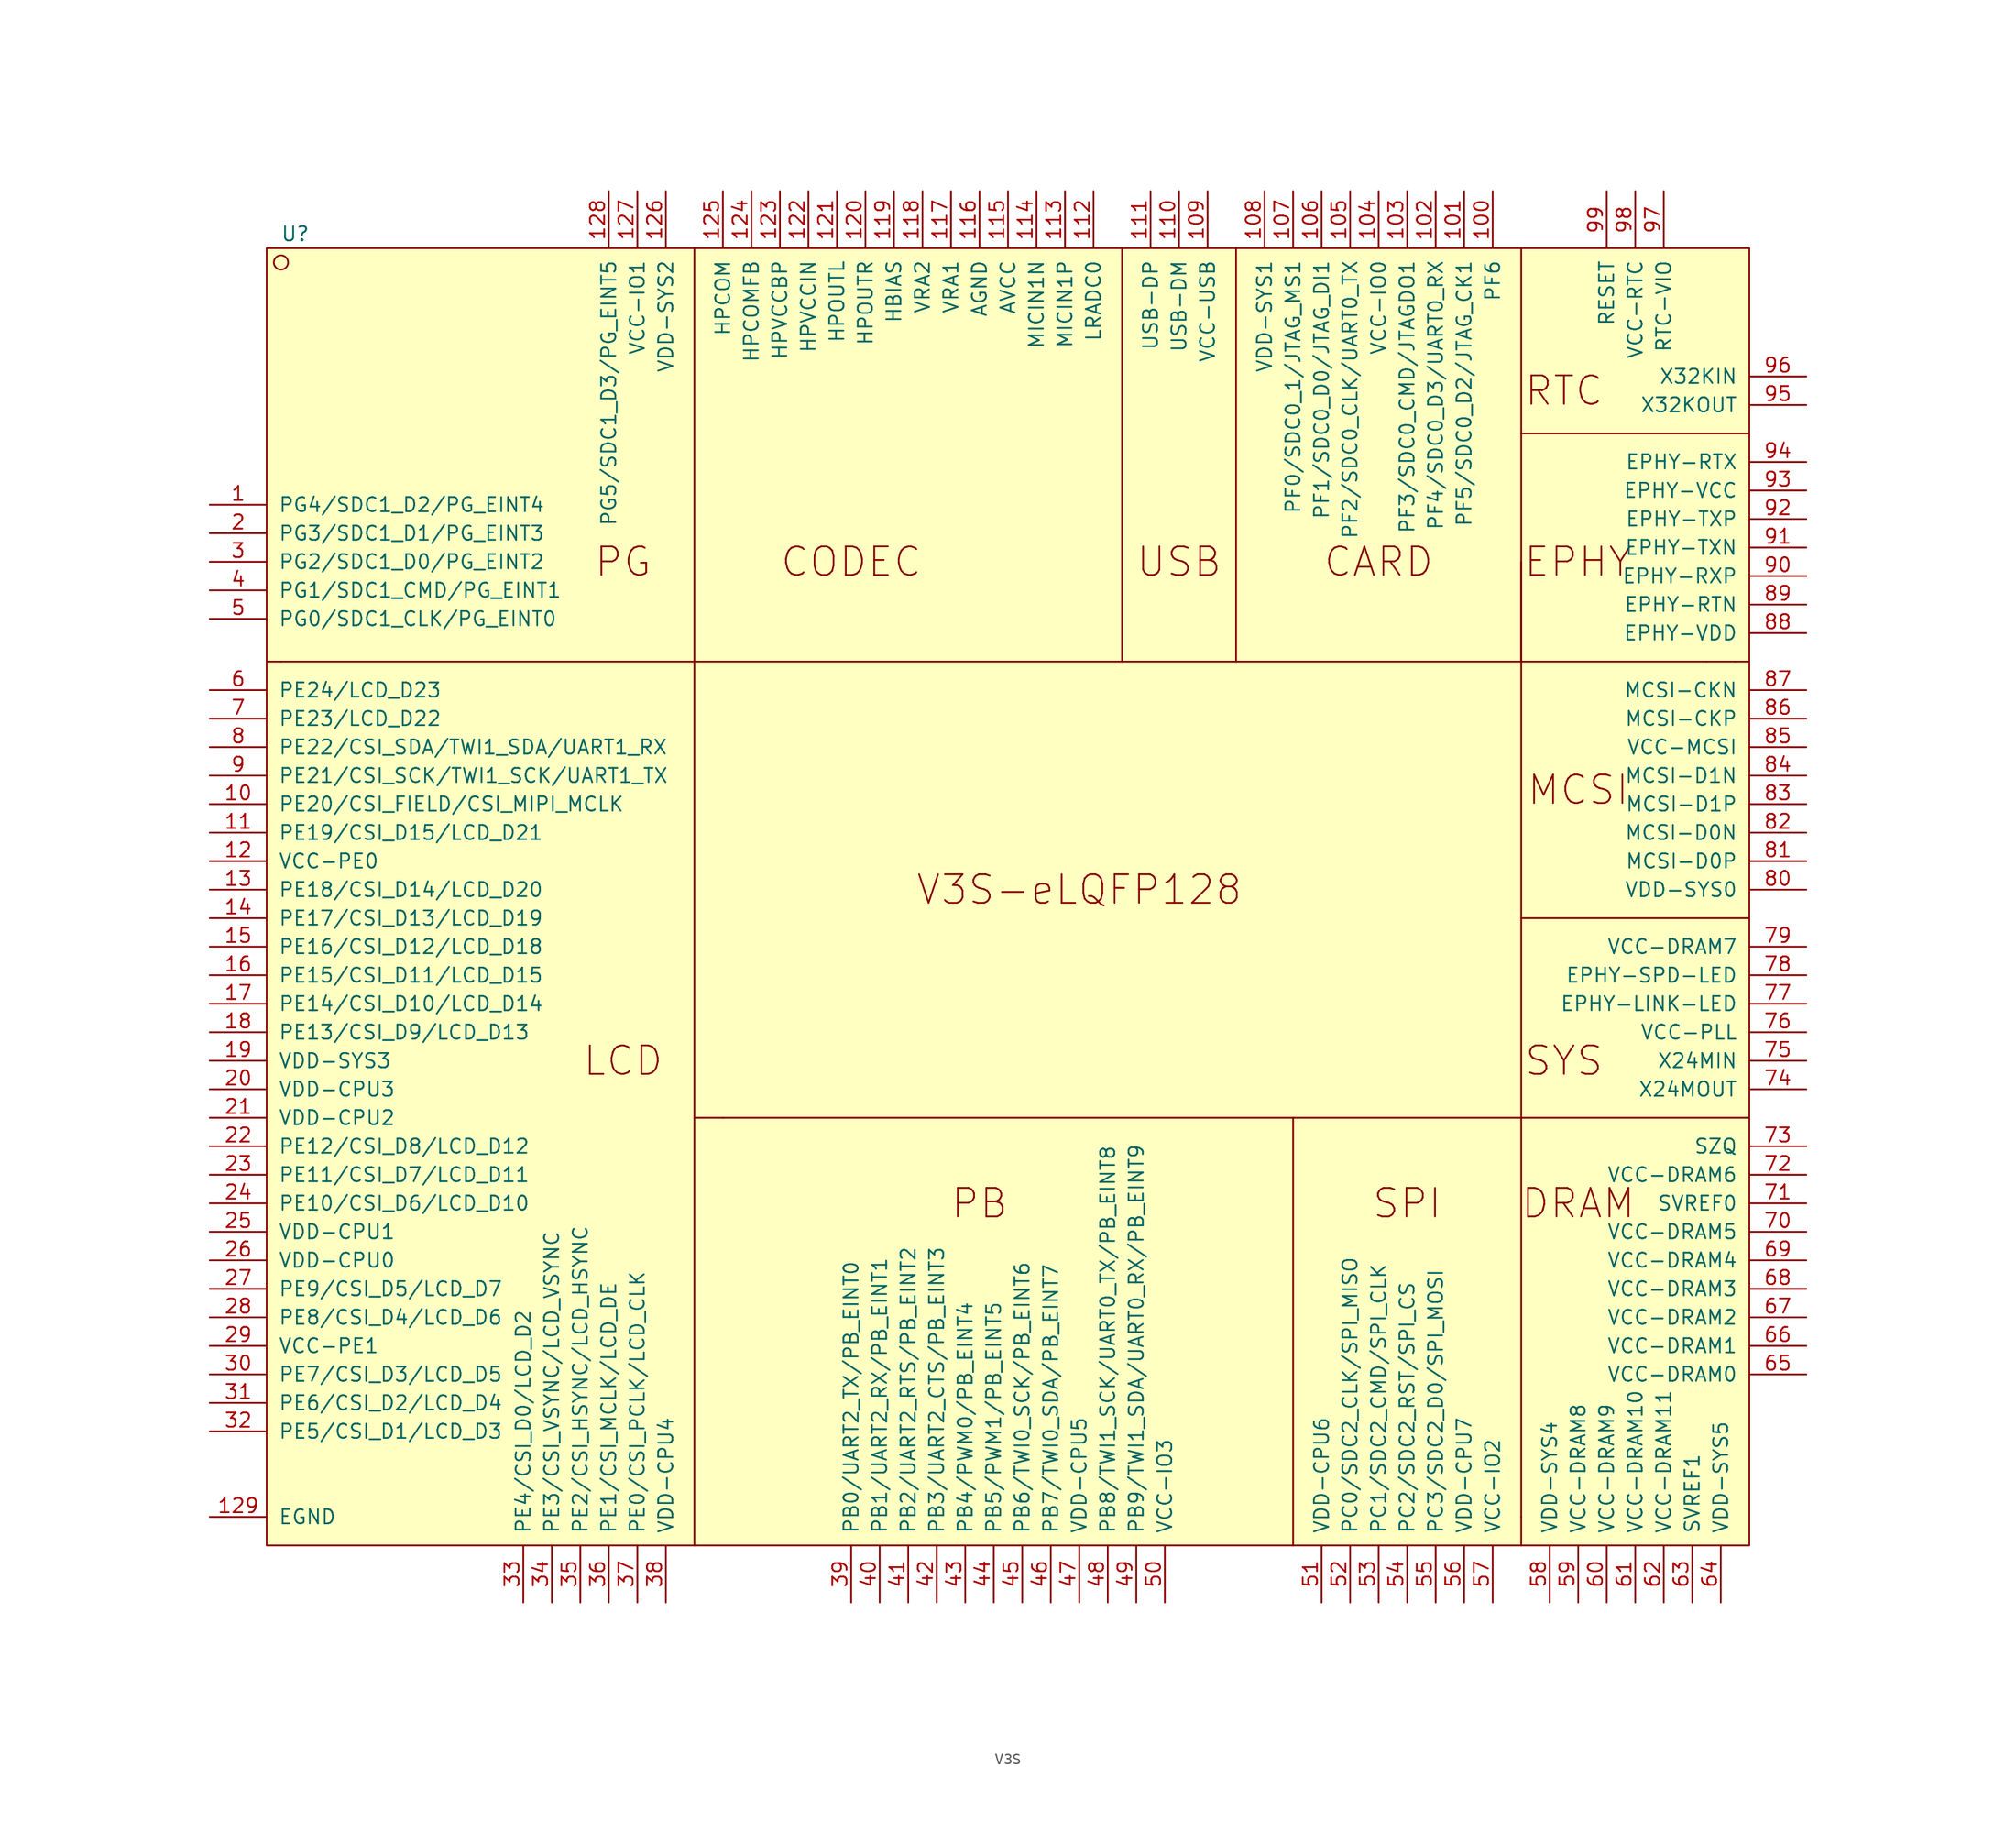
<source format=kicad_sym>
(kicad_symbol_lib
  (version 20211014)
  (generator kicad_symbol_editor)
  (symbol "V3S"
    (pin_names
      (offset 1.016))
    (property "Reference" "U"
      (at -63.5 60.96 0)
      (effects (font (size 1.27 1.27))))
    (symbol "V3S_0_0"
      (polyline (pts (xy -64.77 22.86) (xy -66.04 22.86)) (stroke (width 0) (type default) (color 0 0 0 0)) (fill (type none)))
      (polyline (pts (xy -64.77 22.86) (xy 62.23 22.86)) (stroke (width 0) (type default) (color 0 0 0 0)) (fill (type none)))
      (polyline (pts (xy -27.94 -55.88) (xy -27.94 59.69)) (stroke (width 0) (type default) (color 0 0 0 0)) (fill (type none)))
      (polyline (pts (xy -25.4 -17.78) (xy -27.94 -17.78)) (stroke (width 0) (type default) (color 0 0 0 0)) (fill (type none)))
      (polyline (pts (xy 10.16 59.69) (xy 10.16 22.86)) (stroke (width 0) (type default) (color 0 0 0 0)) (fill (type none)))
      (polyline (pts (xy 20.32 59.69) (xy 20.32 22.86)) (stroke (width 0) (type default) (color 0 0 0 0)) (fill (type none)))
      (polyline (pts (xy 45.72 -17.78) (xy -25.4 -17.78)) (stroke (width 0) (type default) (color 0 0 0 0)) (fill (type none)))
      (polyline (pts (xy 45.72 59.69) (xy 45.72 22.86)) (stroke (width 0) (type default) (color 0 0 0 0)) (fill (type none)))
      (polyline (pts (xy 62.23 22.86) (xy 64.77 22.86)) (stroke (width 0) (type default) (color 0 0 0 0)) (fill (type none)))
      (text "CARD" (at 33.02 31.75 0) (effects (font (size 2.54 2.54))))
      (text "CODEC" (at -13.97 31.75 0) (effects (font (size 2.54 2.54))))
      (text "DRAM" (at 50.8 -25.4 0) (effects (font (size 2.54 2.54))))
      (text "EPHY" (at 50.8 31.75 0) (effects (font (size 2.54 2.54))))
      (text "LCD" (at -34.29 -12.7 0) (effects (font (size 2.54 2.54))))
      (text "MCSI" (at 50.8 11.43 0) (effects (font (size 2.54 2.54))))
      (text "PB" (at -2.54 -25.4 0) (effects (font (size 2.54 2.54))))
      (text "PG" (at -34.29 31.75 0) (effects (font (size 2.54 2.54))))
      (text "RTC" (at 49.53 46.99 0) (effects (font (size 2.54 2.54))))
      (text "SPI" (at 35.56 -25.4 0) (effects (font (size 2.54 2.54))))
      (text "SYS" (at 49.53 -12.7 0) (effects (font (size 2.54 2.54))))
      (text "USB" (at 15.24 31.75 0) (effects (font (size 2.54 2.54))))
      (text "V3S-eLQFP128" (at 6.35 2.54 0) (effects (font (size 2.54 2.54)))))
    (symbol "V3S_0_1"
      (rectangle (start -66.04 59.69) (end 66.04 -55.88) (stroke (width 0) (type default) (color 0 0 0 0)) (fill (type background)))
      (circle (center -64.77 58.42) (radius 0.635) (stroke (width 0) (type default) (color 0 0 0 0)) (fill (type none)))
      (polyline (pts (xy 25.4 -55.88) (xy 25.4 -17.78)) (stroke (width 0) (type default) (color 0 0 0 0)) (fill (type none)))
      (polyline (pts (xy 45.72 -53.34) (xy 45.72 -55.88)) (stroke (width 0) (type default) (color 0 0 0 0)) (fill (type none)))
      (polyline (pts (xy 45.72 31.75) (xy 45.72 -53.34)) (stroke (width 0) (type default) (color 0 0 0 0)) (fill (type none)))
      (polyline (pts (xy 64.77 22.86) (xy 66.04 22.86)) (stroke (width 0) (type default) (color 0 0 0 0)) (fill (type none)))
      (polyline (pts (xy 66.04 -17.78) (xy 45.72 -17.78)) (stroke (width 0) (type default) (color 0 0 0 0)) (fill (type none)))
      (polyline (pts (xy 66.04 0) (xy 45.72 0)) (stroke (width 0) (type default) (color 0 0 0 0)) (fill (type none)))
      (polyline (pts (xy 66.04 43.18) (xy 45.72 43.18)) (stroke (width 0) (type default) (color 0 0 0 0)) (fill (type none))))
    (symbol "V3S_1_1"
      (pin bidirectional line (at -71.12 36.83 0) (length 5.08) (name "PG4/SDC1_D2/PG_EINT4" (effects (font (size 1.27 1.27)))) (number "1" (effects (font (size 1.27 1.27)))))
      (pin bidirectional line (at -71.12 10.16 0) (length 5.08) (name "PE20/CSI_FIELD/CSI_MIPI_MCLK" (effects (font (size 1.27 1.27)))) (number "10" (effects (font (size 1.27 1.27)))))
      (pin bidirectional line (at 43.18 64.77 270) (length 5.08) (name "PF6" (effects (font (size 1.27 1.27)))) (number "100" (effects (font (size 1.27 1.27)))))
      (pin bidirectional line (at 40.64 64.77 270) (length 5.08) (name "PF5/SDC0_D2/JTAG_CK1" (effects (font (size 1.27 1.27)))) (number "101" (effects (font (size 1.27 1.27)))))
      (pin bidirectional line (at 38.1 64.77 270) (length 5.08) (name "PF4/SDC0_D3/UART0_RX" (effects (font (size 1.27 1.27)))) (number "102" (effects (font (size 1.27 1.27)))))
      (pin bidirectional line (at 35.56 64.77 270) (length 5.08) (name "PF3/SDC0_CMD/JTAGDO1" (effects (font (size 1.27 1.27)))) (number "103" (effects (font (size 1.27 1.27)))))
      (pin power_in line (at 33.02 64.77 270) (length 5.08) (name "VCC-IO0" (effects (font (size 1.27 1.27)))) (number "104" (effects (font (size 1.27 1.27)))))
      (pin bidirectional line (at 30.48 64.77 270) (length 5.08) (name "PF2/SDC0_CLK/UART0_TX" (effects (font (size 1.27 1.27)))) (number "105" (effects (font (size 1.27 1.27)))))
      (pin bidirectional line (at 27.94 64.77 270) (length 5.08) (name "PF1/SDC0_D0/JTAG_DI1" (effects (font (size 1.27 1.27)))) (number "106" (effects (font (size 1.27 1.27)))))
      (pin bidirectional line (at 25.4 64.77 270) (length 5.08) (name "PF0/SDC0_1/JTAG_MS1" (effects (font (size 1.27 1.27)))) (number "107" (effects (font (size 1.27 1.27)))))
      (pin power_in line (at 22.86 64.77 270) (length 5.08) (name "VDD-SYS1" (effects (font (size 1.27 1.27)))) (number "108" (effects (font (size 1.27 1.27)))))
      (pin power_in line (at 17.78 64.77 270) (length 5.08) (name "VCC-USB" (effects (font (size 1.27 1.27)))) (number "109" (effects (font (size 1.27 1.27)))))
      (pin bidirectional line (at -71.12 7.62 0) (length 5.08) (name "PE19/CSI_D15/LCD_D21" (effects (font (size 1.27 1.27)))) (number "11" (effects (font (size 1.27 1.27)))))
      (pin bidirectional line (at 15.24 64.77 270) (length 5.08) (name "USB-DM" (effects (font (size 1.27 1.27)))) (number "110" (effects (font (size 1.27 1.27)))))
      (pin bidirectional line (at 12.7 64.77 270) (length 5.08) (name "USB-DP" (effects (font (size 1.27 1.27)))) (number "111" (effects (font (size 1.27 1.27)))))
      (pin input line (at 7.62 64.77 270) (length 5.08) (name "LRADC0" (effects (font (size 1.27 1.27)))) (number "112" (effects (font (size 1.27 1.27)))))
      (pin input line (at 5.08 64.77 270) (length 5.08) (name "MICIN1P" (effects (font (size 1.27 1.27)))) (number "113" (effects (font (size 1.27 1.27)))))
      (pin input line (at 2.54 64.77 270) (length 5.08) (name "MICIN1N" (effects (font (size 1.27 1.27)))) (number "114" (effects (font (size 1.27 1.27)))))
      (pin power_in line (at 0 64.77 270) (length 5.08) (name "AVCC" (effects (font (size 1.27 1.27)))) (number "115" (effects (font (size 1.27 1.27)))))
      (pin power_in line (at -2.54 64.77 270) (length 5.08) (name "AGND" (effects (font (size 1.27 1.27)))) (number "116" (effects (font (size 1.27 1.27)))))
      (pin power_in line (at -5.08 64.77 270) (length 5.08) (name "VRA1" (effects (font (size 1.27 1.27)))) (number "117" (effects (font (size 1.27 1.27)))))
      (pin power_in line (at -7.62 64.77 270) (length 5.08) (name "VRA2" (effects (font (size 1.27 1.27)))) (number "118" (effects (font (size 1.27 1.27)))))
      (pin power_in line (at -10.16 64.77 270) (length 5.08) (name "HBIAS" (effects (font (size 1.27 1.27)))) (number "119" (effects (font (size 1.27 1.27)))))
      (pin power_in line (at -71.12 5.08 0) (length 5.08) (name "VCC-PE0" (effects (font (size 1.27 1.27)))) (number "12" (effects (font (size 1.27 1.27)))))
      (pin output line (at -12.7 64.77 270) (length 5.08) (name "HPOUTR" (effects (font (size 1.27 1.27)))) (number "120" (effects (font (size 1.27 1.27)))))
      (pin output line (at -15.24 64.77 270) (length 5.08) (name "HPOUTL" (effects (font (size 1.27 1.27)))) (number "121" (effects (font (size 1.27 1.27)))))
      (pin power_in line (at -17.78 64.77 270) (length 5.08) (name "HPVCCIN" (effects (font (size 1.27 1.27)))) (number "122" (effects (font (size 1.27 1.27)))))
      (pin power_in line (at -20.32 64.77 270) (length 5.08) (name "HPVCCBP" (effects (font (size 1.27 1.27)))) (number "123" (effects (font (size 1.27 1.27)))))
      (pin power_in line (at -22.86 64.77 270) (length 5.08) (name "HPCOMFB" (effects (font (size 1.27 1.27)))) (number "124" (effects (font (size 1.27 1.27)))))
      (pin power_in line (at -25.4 64.77 270) (length 5.08) (name "HPCOM" (effects (font (size 1.27 1.27)))) (number "125" (effects (font (size 1.27 1.27)))))
      (pin power_in line (at -30.48 64.77 270) (length 5.08) (name "VDD-SYS2" (effects (font (size 1.27 1.27)))) (number "126" (effects (font (size 1.27 1.27)))))
      (pin power_in line (at -33.02 64.77 270) (length 5.08) (name "VCC-IO1" (effects (font (size 1.27 1.27)))) (number "127" (effects (font (size 1.27 1.27)))))
      (pin bidirectional line (at -35.56 64.77 270) (length 5.08) (name "PG5/SDC1_D3/PG_EINT5" (effects (font (size 1.27 1.27)))) (number "128" (effects (font (size 1.27 1.27)))))
      (pin power_in line (at -71.12 -53.34 0) (length 5.08) (name "EGND" (effects (font (size 1.27 1.27)))) (number "129" (effects (font (size 1.27 1.27)))))
      (pin bidirectional line (at -71.12 2.54 0) (length 5.08) (name "PE18/CSI_D14/LCD_D20" (effects (font (size 1.27 1.27)))) (number "13" (effects (font (size 1.27 1.27)))))
      (pin bidirectional line (at -71.12 0 0) (length 5.08) (name "PE17/CSI_D13/LCD_D19" (effects (font (size 1.27 1.27)))) (number "14" (effects (font (size 1.27 1.27)))))
      (pin bidirectional line (at -71.12 -2.54 0) (length 5.08) (name "PE16/CSI_D12/LCD_D18" (effects (font (size 1.27 1.27)))) (number "15" (effects (font (size 1.27 1.27)))))
      (pin bidirectional line (at -71.12 -5.08 0) (length 5.08) (name "PE15/CSI_D11/LCD_D15" (effects (font (size 1.27 1.27)))) (number "16" (effects (font (size 1.27 1.27)))))
      (pin bidirectional line (at -71.12 -7.62 0) (length 5.08) (name "PE14/CSI_D10/LCD_D14" (effects (font (size 1.27 1.27)))) (number "17" (effects (font (size 1.27 1.27)))))
      (pin bidirectional line (at -71.12 -10.16 0) (length 5.08) (name "PE13/CSI_D9/LCD_D13" (effects (font (size 1.27 1.27)))) (number "18" (effects (font (size 1.27 1.27)))))
      (pin power_in line (at -71.12 -12.7 0) (length 5.08) (name "VDD-SYS3" (effects (font (size 1.27 1.27)))) (number "19" (effects (font (size 1.27 1.27)))))
      (pin bidirectional line (at -71.12 34.29 0) (length 5.08) (name "PG3/SDC1_D1/PG_EINT3" (effects (font (size 1.27 1.27)))) (number "2" (effects (font (size 1.27 1.27)))))
      (pin power_in line (at -71.12 -15.24 0) (length 5.08) (name "VDD-CPU3" (effects (font (size 1.27 1.27)))) (number "20" (effects (font (size 1.27 1.27)))))
      (pin power_in line (at -71.12 -17.78 0) (length 5.08) (name "VDD-CPU2" (effects (font (size 1.27 1.27)))) (number "21" (effects (font (size 1.27 1.27)))))
      (pin bidirectional line (at -71.12 -20.32 0) (length 5.08) (name "PE12/CSI_D8/LCD_D12" (effects (font (size 1.27 1.27)))) (number "22" (effects (font (size 1.27 1.27)))))
      (pin bidirectional line (at -71.12 -22.86 0) (length 5.08) (name "PE11/CSI_D7/LCD_D11" (effects (font (size 1.27 1.27)))) (number "23" (effects (font (size 1.27 1.27)))))
      (pin bidirectional line (at -71.12 -25.4 0) (length 5.08) (name "PE10/CSI_D6/LCD_D10" (effects (font (size 1.27 1.27)))) (number "24" (effects (font (size 1.27 1.27)))))
      (pin power_in line (at -71.12 -27.94 0) (length 5.08) (name "VDD-CPU1" (effects (font (size 1.27 1.27)))) (number "25" (effects (font (size 1.27 1.27)))))
      (pin power_in line (at -71.12 -30.48 0) (length 5.08) (name "VDD-CPU0" (effects (font (size 1.27 1.27)))) (number "26" (effects (font (size 1.27 1.27)))))
      (pin bidirectional line (at -71.12 -33.02 0) (length 5.08) (name "PE9/CSI_D5/LCD_D7" (effects (font (size 1.27 1.27)))) (number "27" (effects (font (size 1.27 1.27)))))
      (pin bidirectional line (at -71.12 -35.56 0) (length 5.08) (name "PE8/CSI_D4/LCD_D6" (effects (font (size 1.27 1.27)))) (number "28" (effects (font (size 1.27 1.27)))))
      (pin power_in line (at -71.12 -38.1 0) (length 5.08) (name "VCC-PE1" (effects (font (size 1.27 1.27)))) (number "29" (effects (font (size 1.27 1.27)))))
      (pin bidirectional line (at -71.12 31.75 0) (length 5.08) (name "PG2/SDC1_D0/PG_EINT2" (effects (font (size 1.27 1.27)))) (number "3" (effects (font (size 1.27 1.27)))))
      (pin bidirectional line (at -71.12 -40.64 0) (length 5.08) (name "PE7/CSI_D3/LCD_D5" (effects (font (size 1.27 1.27)))) (number "30" (effects (font (size 1.27 1.27)))))
      (pin bidirectional line (at -71.12 -43.18 0) (length 5.08) (name "PE6/CSI_D2/LCD_D4" (effects (font (size 1.27 1.27)))) (number "31" (effects (font (size 1.27 1.27)))))
      (pin bidirectional line (at -71.12 -45.72 0) (length 5.08) (name "PE5/CSI_D1/LCD_D3" (effects (font (size 1.27 1.27)))) (number "32" (effects (font (size 1.27 1.27)))))
      (pin bidirectional line (at -43.18 -60.96 90) (length 5.08) (name "PE4/CSI_D0/LCD_D2" (effects (font (size 1.27 1.27)))) (number "33" (effects (font (size 1.27 1.27)))))
      (pin bidirectional line (at -40.64 -60.96 90) (length 5.08) (name "PE3/CSI_VSYNC/LCD_VSYNC" (effects (font (size 1.27 1.27)))) (number "34" (effects (font (size 1.27 1.27)))))
      (pin bidirectional line (at -38.1 -60.96 90) (length 5.08) (name "PE2/CSI_HSYNC/LCD_HSYNC" (effects (font (size 1.27 1.27)))) (number "35" (effects (font (size 1.27 1.27)))))
      (pin bidirectional line (at -35.56 -60.96 90) (length 5.08) (name "PE1/CSI_MCLK/LCD_DE" (effects (font (size 1.27 1.27)))) (number "36" (effects (font (size 1.27 1.27)))))
      (pin bidirectional line (at -33.02 -60.96 90) (length 5.08) (name "PE0/CSI_PCLK/LCD_CLK" (effects (font (size 1.27 1.27)))) (number "37" (effects (font (size 1.27 1.27)))))
      (pin power_in line (at -30.48 -60.96 90) (length 5.08) (name "VDD-CPU4" (effects (font (size 1.27 1.27)))) (number "38" (effects (font (size 1.27 1.27)))))
      (pin bidirectional line (at -13.97 -60.96 90) (length 5.08) (name "PB0/UART2_TX/PB_EINT0" (effects (font (size 1.27 1.27)))) (number "39" (effects (font (size 1.27 1.27)))))
      (pin bidirectional line (at -71.12 29.21 0) (length 5.08) (name "PG1/SDC1_CMD/PG_EINT1" (effects (font (size 1.27 1.27)))) (number "4" (effects (font (size 1.27 1.27)))))
      (pin bidirectional line (at -11.43 -60.96 90) (length 5.08) (name "PB1/UART2_RX/PB_EINT1" (effects (font (size 1.27 1.27)))) (number "40" (effects (font (size 1.27 1.27)))))
      (pin bidirectional line (at -8.89 -60.96 90) (length 5.08) (name "PB2/UART2_RTS/PB_EINT2" (effects (font (size 1.27 1.27)))) (number "41" (effects (font (size 1.27 1.27)))))
      (pin bidirectional line (at -6.35 -60.96 90) (length 5.08) (name "PB3/UART2_CTS/PB_EINT3" (effects (font (size 1.27 1.27)))) (number "42" (effects (font (size 1.27 1.27)))))
      (pin bidirectional line (at -3.81 -60.96 90) (length 5.08) (name "PB4/PWM0/PB_EINT4" (effects (font (size 1.27 1.27)))) (number "43" (effects (font (size 1.27 1.27)))))
      (pin bidirectional line (at -1.27 -60.96 90) (length 5.08) (name "PB5/PWM1/PB_EINT5" (effects (font (size 1.27 1.27)))) (number "44" (effects (font (size 1.27 1.27)))))
      (pin bidirectional line (at 1.27 -60.96 90) (length 5.08) (name "PB6/TWI0_SCK/PB_EINT6" (effects (font (size 1.27 1.27)))) (number "45" (effects (font (size 1.27 1.27)))))
      (pin bidirectional line (at 3.81 -60.96 90) (length 5.08) (name "PB7/TWI0_SDA/PB_EINT7" (effects (font (size 1.27 1.27)))) (number "46" (effects (font (size 1.27 1.27)))))
      (pin power_in line (at 6.35 -60.96 90) (length 5.08) (name "VDD-CPU5" (effects (font (size 1.27 1.27)))) (number "47" (effects (font (size 1.27 1.27)))))
      (pin bidirectional line (at 8.89 -60.96 90) (length 5.08) (name "PB8/TWI1_SCK/UART0_TX/PB_EINT8" (effects (font (size 1.27 1.27)))) (number "48" (effects (font (size 1.27 1.27)))))
      (pin bidirectional line (at 11.43 -60.96 90) (length 5.08) (name "PB9/TWI1_SDA/UART0_RX/PB_EINT9" (effects (font (size 1.27 1.27)))) (number "49" (effects (font (size 1.27 1.27)))))
      (pin bidirectional line (at -71.12 26.67 0) (length 5.08) (name "PG0/SDC1_CLK/PG_EINT0" (effects (font (size 1.27 1.27)))) (number "5" (effects (font (size 1.27 1.27)))))
      (pin power_in line (at 13.97 -60.96 90) (length 5.08) (name "VCC-IO3" (effects (font (size 1.27 1.27)))) (number "50" (effects (font (size 1.27 1.27)))))
      (pin power_in line (at 27.94 -60.96 90) (length 5.08) (name "VDD-CPU6" (effects (font (size 1.27 1.27)))) (number "51" (effects (font (size 1.27 1.27)))))
      (pin bidirectional line (at 30.48 -60.96 90) (length 5.08) (name "PC0/SDC2_CLK/SPI_MISO" (effects (font (size 1.27 1.27)))) (number "52" (effects (font (size 1.27 1.27)))))
      (pin bidirectional line (at 33.02 -60.96 90) (length 5.08) (name "PC1/SDC2_CMD/SPI_CLK" (effects (font (size 1.27 1.27)))) (number "53" (effects (font (size 1.27 1.27)))))
      (pin bidirectional line (at 35.56 -60.96 90) (length 5.08) (name "PC2/SDC2_RST/SPI_CS" (effects (font (size 1.27 1.27)))) (number "54" (effects (font (size 1.27 1.27)))))
      (pin bidirectional line (at 38.1 -60.96 90) (length 5.08) (name "PC3/SDC2_D0/SPI_MOSI" (effects (font (size 1.27 1.27)))) (number "55" (effects (font (size 1.27 1.27)))))
      (pin power_in line (at 40.64 -60.96 90) (length 5.08) (name "VDD-CPU7" (effects (font (size 1.27 1.27)))) (number "56" (effects (font (size 1.27 1.27)))))
      (pin power_in line (at 43.18 -60.96 90) (length 5.08) (name "VCC-IO2" (effects (font (size 1.27 1.27)))) (number "57" (effects (font (size 1.27 1.27)))))
      (pin power_in line (at 48.26 -60.96 90) (length 5.08) (name "VDD-SYS4" (effects (font (size 1.27 1.27)))) (number "58" (effects (font (size 1.27 1.27)))))
      (pin power_in line (at 50.8 -60.96 90) (length 5.08) (name "VCC-DRAM8" (effects (font (size 1.27 1.27)))) (number "59" (effects (font (size 1.27 1.27)))))
      (pin bidirectional line (at -71.12 20.32 0) (length 5.08) (name "PE24/LCD_D23" (effects (font (size 1.27 1.27)))) (number "6" (effects (font (size 1.27 1.27)))))
      (pin power_in line (at 53.34 -60.96 90) (length 5.08) (name "VCC-DRAM9" (effects (font (size 1.27 1.27)))) (number "60" (effects (font (size 1.27 1.27)))))
      (pin power_in line (at 55.88 -60.96 90) (length 5.08) (name "VCC-DRAM10" (effects (font (size 1.27 1.27)))) (number "61" (effects (font (size 1.27 1.27)))))
      (pin power_in line (at 58.42 -60.96 90) (length 5.08) (name "VCC-DRAM11" (effects (font (size 1.27 1.27)))) (number "62" (effects (font (size 1.27 1.27)))))
      (pin power_in line (at 60.96 -60.96 90) (length 5.08) (name "SVREF1" (effects (font (size 1.27 1.27)))) (number "63" (effects (font (size 1.27 1.27)))))
      (pin power_in line (at 63.5 -60.96 90) (length 5.08) (name "VDD-SYS5" (effects (font (size 1.27 1.27)))) (number "64" (effects (font (size 1.27 1.27)))))
      (pin power_in line (at 71.12 -40.64 180) (length 5.08) (name "VCC-DRAM0" (effects (font (size 1.27 1.27)))) (number "65" (effects (font (size 1.27 1.27)))))
      (pin power_in line (at 71.12 -38.1 180) (length 5.08) (name "VCC-DRAM1" (effects (font (size 1.27 1.27)))) (number "66" (effects (font (size 1.27 1.27)))))
      (pin power_in line (at 71.12 -35.56 180) (length 5.08) (name "VCC-DRAM2" (effects (font (size 1.27 1.27)))) (number "67" (effects (font (size 1.27 1.27)))))
      (pin power_in line (at 71.12 -33.02 180) (length 5.08) (name "VCC-DRAM3" (effects (font (size 1.27 1.27)))) (number "68" (effects (font (size 1.27 1.27)))))
      (pin power_in line (at 71.12 -30.48 180) (length 5.08) (name "VCC-DRAM4" (effects (font (size 1.27 1.27)))) (number "69" (effects (font (size 1.27 1.27)))))
      (pin bidirectional line (at -71.12 17.78 0) (length 5.08) (name "PE23/LCD_D22" (effects (font (size 1.27 1.27)))) (number "7" (effects (font (size 1.27 1.27)))))
      (pin power_in line (at 71.12 -27.94 180) (length 5.08) (name "VCC-DRAM5" (effects (font (size 1.27 1.27)))) (number "70" (effects (font (size 1.27 1.27)))))
      (pin power_in line (at 71.12 -25.4 180) (length 5.08) (name "SVREF0" (effects (font (size 1.27 1.27)))) (number "71" (effects (font (size 1.27 1.27)))))
      (pin power_in line (at 71.12 -22.86 180) (length 5.08) (name "VCC-DRAM6" (effects (font (size 1.27 1.27)))) (number "72" (effects (font (size 1.27 1.27)))))
      (pin power_in line (at 71.12 -20.32 180) (length 5.08) (name "SZQ" (effects (font (size 1.27 1.27)))) (number "73" (effects (font (size 1.27 1.27)))))
      (pin output line (at 71.12 -15.24 180) (length 5.08) (name "X24MOUT" (effects (font (size 1.27 1.27)))) (number "74" (effects (font (size 1.27 1.27)))))
      (pin input line (at 71.12 -12.7 180) (length 5.08) (name "X24MIN" (effects (font (size 1.27 1.27)))) (number "75" (effects (font (size 1.27 1.27)))))
      (pin power_in line (at 71.12 -10.16 180) (length 5.08) (name "VCC-PLL" (effects (font (size 1.27 1.27)))) (number "76" (effects (font (size 1.27 1.27)))))
      (pin output line (at 71.12 -7.62 180) (length 5.08) (name "EPHY-LINK-LED" (effects (font (size 1.27 1.27)))) (number "77" (effects (font (size 1.27 1.27)))))
      (pin output line (at 71.12 -5.08 180) (length 5.08) (name "EPHY-SPD-LED" (effects (font (size 1.27 1.27)))) (number "78" (effects (font (size 1.27 1.27)))))
      (pin power_in line (at 71.12 -2.54 180) (length 5.08) (name "VCC-DRAM7" (effects (font (size 1.27 1.27)))) (number "79" (effects (font (size 1.27 1.27)))))
      (pin bidirectional line (at -71.12 15.24 0) (length 5.08) (name "PE22/CSI_SDA/TWI1_SDA/UART1_RX" (effects (font (size 1.27 1.27)))) (number "8" (effects (font (size 1.27 1.27)))))
      (pin power_in line (at 71.12 2.54 180) (length 5.08) (name "VDD-SYS0" (effects (font (size 1.27 1.27)))) (number "80" (effects (font (size 1.27 1.27)))))
      (pin bidirectional line (at 71.12 5.08 180) (length 5.08) (name "MCSI-D0P" (effects (font (size 1.27 1.27)))) (number "81" (effects (font (size 1.27 1.27)))))
      (pin bidirectional line (at 71.12 7.62 180) (length 5.08) (name "MCSI-D0N" (effects (font (size 1.27 1.27)))) (number "82" (effects (font (size 1.27 1.27)))))
      (pin bidirectional line (at 71.12 10.16 180) (length 5.08) (name "MCSI-D1P" (effects (font (size 1.27 1.27)))) (number "83" (effects (font (size 1.27 1.27)))))
      (pin bidirectional line (at 71.12 12.7 180) (length 5.08) (name "MCSI-D1N" (effects (font (size 1.27 1.27)))) (number "84" (effects (font (size 1.27 1.27)))))
      (pin power_in line (at 71.12 15.24 180) (length 5.08) (name "VCC-MCSI" (effects (font (size 1.27 1.27)))) (number "85" (effects (font (size 1.27 1.27)))))
      (pin bidirectional line (at 71.12 17.78 180) (length 5.08) (name "MCSI-CKP" (effects (font (size 1.27 1.27)))) (number "86" (effects (font (size 1.27 1.27)))))
      (pin bidirectional line (at 71.12 20.32 180) (length 5.08) (name "MCSI-CKN" (effects (font (size 1.27 1.27)))) (number "87" (effects (font (size 1.27 1.27)))))
      (pin power_in line (at 71.12 25.4 180) (length 5.08) (name "EPHY-VDD" (effects (font (size 1.27 1.27)))) (number "88" (effects (font (size 1.27 1.27)))))
      (pin bidirectional line (at 71.12 27.94 180) (length 5.08) (name "EPHY-RTN" (effects (font (size 1.27 1.27)))) (number "89" (effects (font (size 1.27 1.27)))))
      (pin bidirectional line (at -71.12 12.7 0) (length 5.08) (name "PE21/CSI_SCK/TWI1_SCK/UART1_TX" (effects (font (size 1.27 1.27)))) (number "9" (effects (font (size 1.27 1.27)))))
      (pin bidirectional line (at 71.12 30.48 180) (length 5.08) (name "EPHY-RXP" (effects (font (size 1.27 1.27)))) (number "90" (effects (font (size 1.27 1.27)))))
      (pin bidirectional line (at 71.12 33.02 180) (length 5.08) (name "EPHY-TXN" (effects (font (size 1.27 1.27)))) (number "91" (effects (font (size 1.27 1.27)))))
      (pin bidirectional line (at 71.12 35.56 180) (length 5.08) (name "EPHY-TXP" (effects (font (size 1.27 1.27)))) (number "92" (effects (font (size 1.27 1.27)))))
      (pin power_in line (at 71.12 38.1 180) (length 5.08) (name "EPHY-VCC" (effects (font (size 1.27 1.27)))) (number "93" (effects (font (size 1.27 1.27)))))
      (pin bidirectional line (at 71.12 40.64 180) (length 5.08) (name "EPHY-RTX" (effects (font (size 1.27 1.27)))) (number "94" (effects (font (size 1.27 1.27)))))
      (pin output line (at 71.12 45.72 180) (length 5.08) (name "X32KOUT" (effects (font (size 1.27 1.27)))) (number "95" (effects (font (size 1.27 1.27)))))
      (pin input line (at 71.12 48.26 180) (length 5.08) (name "X32KIN" (effects (font (size 1.27 1.27)))) (number "96" (effects (font (size 1.27 1.27)))))
      (pin power_in line (at 58.42 64.77 270) (length 5.08) (name "RTC-VIO" (effects (font (size 1.27 1.27)))) (number "97" (effects (font (size 1.27 1.27)))))
      (pin power_in line (at 55.88 64.77 270) (length 5.08) (name "VCC-RTC" (effects (font (size 1.27 1.27)))) (number "98" (effects (font (size 1.27 1.27)))))
      (pin input line (at 53.34 64.77 270) (length 5.08) (name "RESET" (effects (font (size 1.27 1.27)))) (number "99" (effects (font (size 1.27 1.27))))))))
</source>
